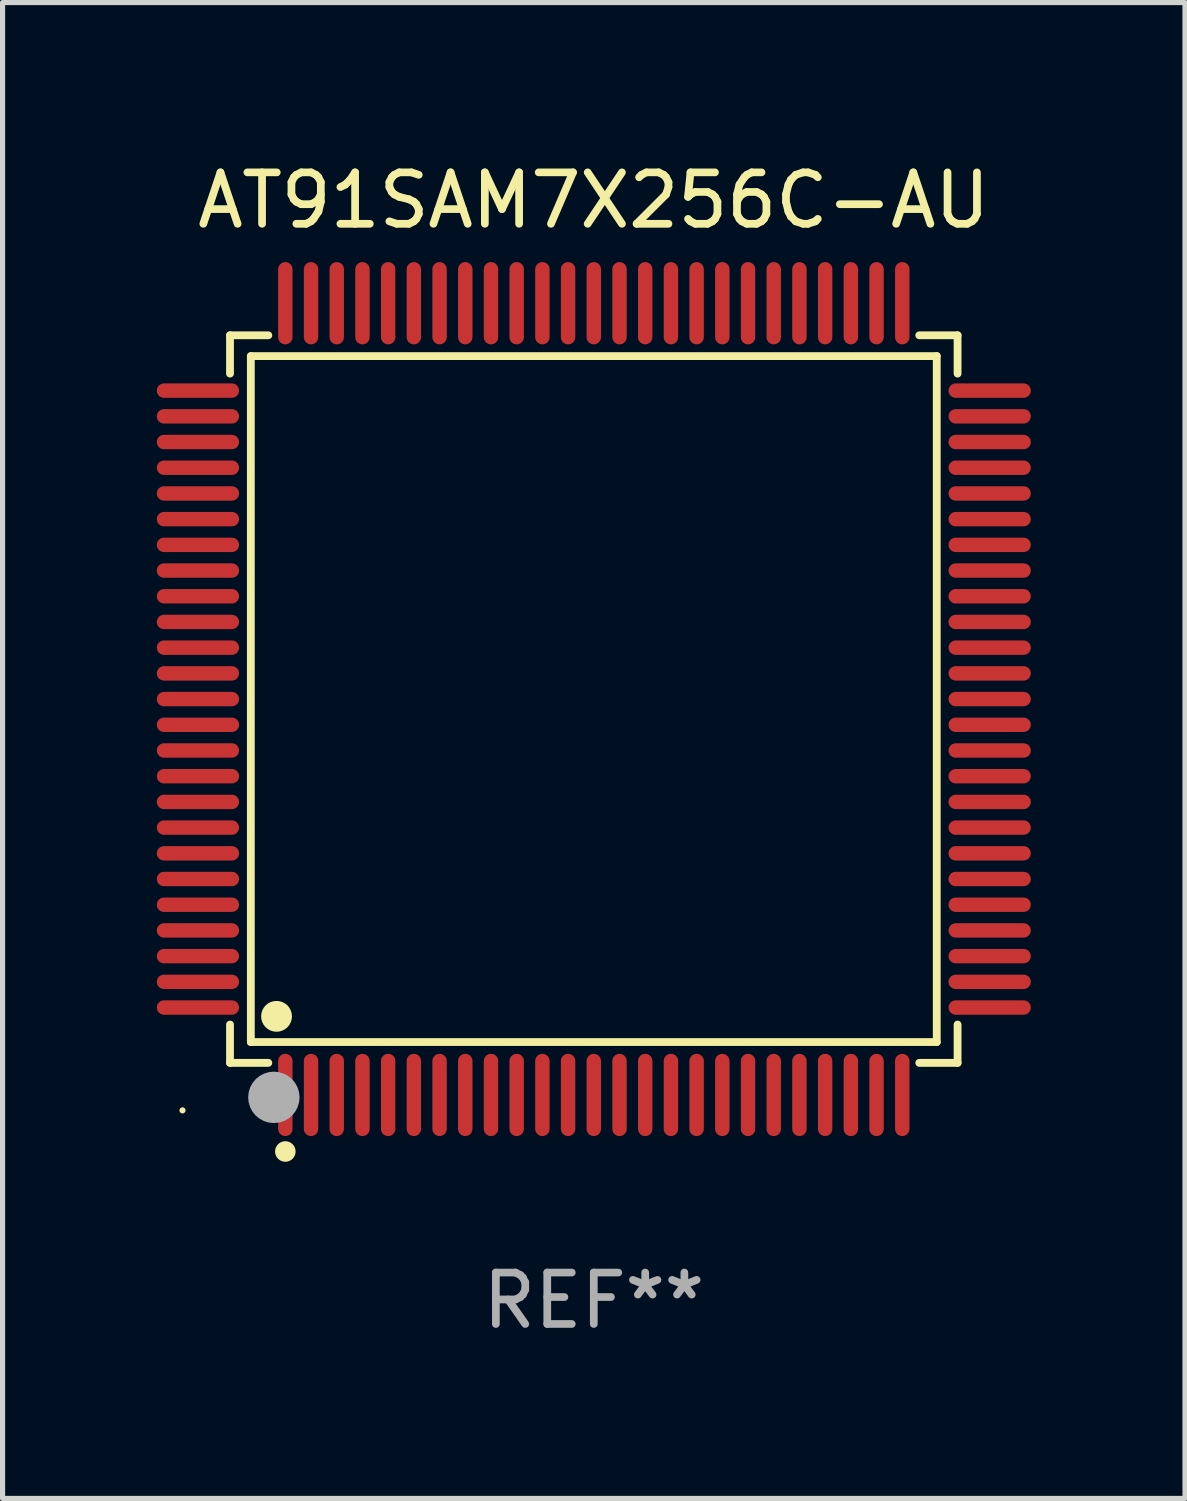
<source format=kicad_pcb>
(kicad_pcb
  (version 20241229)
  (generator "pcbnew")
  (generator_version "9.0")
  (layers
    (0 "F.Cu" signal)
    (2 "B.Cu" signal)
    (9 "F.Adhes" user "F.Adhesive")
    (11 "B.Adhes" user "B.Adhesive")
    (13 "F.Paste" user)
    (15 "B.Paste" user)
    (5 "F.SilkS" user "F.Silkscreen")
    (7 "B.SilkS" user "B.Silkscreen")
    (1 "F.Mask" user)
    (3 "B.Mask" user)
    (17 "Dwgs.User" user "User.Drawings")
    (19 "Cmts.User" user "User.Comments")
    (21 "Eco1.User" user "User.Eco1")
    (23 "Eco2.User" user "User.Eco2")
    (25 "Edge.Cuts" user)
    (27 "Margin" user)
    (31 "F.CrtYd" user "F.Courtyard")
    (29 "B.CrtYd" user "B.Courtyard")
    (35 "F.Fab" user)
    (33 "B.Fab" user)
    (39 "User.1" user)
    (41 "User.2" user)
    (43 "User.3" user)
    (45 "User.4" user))
  (footprint "AT91SAM7X256C-AU"
    (layer "F.Cu")
    (at 8.5 10.548)
    (property "Reference" "AT91SAM7X256C-AU" (at 0 -9.7 0) (layer "F.SilkS") (effects (font (size 1 1) (thickness 0.15))))
    (attr through_hole)
    (fp_line (start -7.076 -7.076) (end -6.331 -7.076) (stroke (width 0.152) (type solid)) (layer "F.SilkS"))
    (fp_line (start -7.076 -6.331) (end -7.076 -7.076) (stroke (width 0.152) (type solid)) (layer "F.SilkS"))
    (fp_line (start -7.076 6.331) (end -7.076 7.076) (stroke (width 0.152) (type solid)) (layer "F.SilkS"))
    (fp_line (start -7.076 7.076) (end -6.331 7.076) (stroke (width 0.152) (type solid)) (layer "F.SilkS"))
    (fp_line (start -6.671 -6.671) (end 6.671 -6.671) (stroke (width 0.152) (type solid)) (layer "F.SilkS"))
    (fp_line (start -6.671 6.671) (end -6.671 -6.671) (stroke (width 0.152) (type solid)) (layer "F.SilkS"))
    (fp_line (start 6.671 -6.671) (end 6.671 6.671) (stroke (width 0.152) (type solid)) (layer "F.SilkS"))
    (fp_line (start 6.671 6.671) (end -6.671 6.671) (stroke (width 0.152) (type solid)) (layer "F.SilkS"))
    (fp_line (start 7.076 -7.076) (end 6.331 -7.076) (stroke (width 0.152) (type solid)) (layer "F.SilkS"))
    (fp_line (start 7.076 -6.331) (end 7.076 -7.076) (stroke (width 0.152) (type solid)) (layer "F.SilkS"))
    (fp_line (start 7.076 6.331) (end 7.076 7.076) (stroke (width 0.152) (type solid)) (layer "F.SilkS"))
    (fp_line (start 7.076 7.076) (end 6.331 7.076) (stroke (width 0.152) (type solid)) (layer "F.SilkS"))
    (fp_circle (center -8 8) (end -7.97 8) (stroke (width 0.06) (type solid)) (fill no) (layer "F.SilkS"))
    (fp_circle (center -6.171 6.171) (end -6.021 6.171) (stroke (width 0.3) (type solid)) (fill no) (layer "F.SilkS"))
    (fp_circle (center -6 8.8) (end -5.9 8.8) (stroke (width 0.2) (type solid)) (fill no) (layer "F.SilkS"))
    (fp_circle (center -6.223 7.747) (end -5.973 7.747) (stroke (width 0.5) (type solid)) (fill no) (layer "F.Fab"))
    (fp_text user "REF**" (at 0 11.7 0) (layer "F.Fab") (effects (font (size 1 1) (thickness 0.15))))
    (pad "1" smd oval (at -6 7.7) (size 0.28 1.6) (layers "F.Cu" "F.Mask" "F.Paste"))
    (pad "2" smd oval (at -5.5 7.7) (size 0.28 1.6) (layers "F.Cu" "F.Mask" "F.Paste"))
    (pad "3" smd oval (at -5 7.7) (size 0.28 1.6) (layers "F.Cu" "F.Mask" "F.Paste"))
    (pad "4" smd oval (at -4.5 7.7) (size 0.28 1.6) (layers "F.Cu" "F.Mask" "F.Paste"))
    (pad "5" smd oval (at -4 7.7) (size 0.28 1.6) (layers "F.Cu" "F.Mask" "F.Paste"))
    (pad "6" smd oval (at -3.5 7.7) (size 0.28 1.6) (layers "F.Cu" "F.Mask" "F.Paste"))
    (pad "7" smd oval (at -3 7.7) (size 0.28 1.6) (layers "F.Cu" "F.Mask" "F.Paste"))
    (pad "8" smd oval (at -2.5 7.7) (size 0.28 1.6) (layers "F.Cu" "F.Mask" "F.Paste"))
    (pad "9" smd oval (at -2 7.7) (size 0.28 1.6) (layers "F.Cu" "F.Mask" "F.Paste"))
    (pad "10" smd oval (at -1.5 7.7) (size 0.28 1.6) (layers "F.Cu" "F.Mask" "F.Paste"))
    (pad "11" smd oval (at -1 7.7) (size 0.28 1.6) (layers "F.Cu" "F.Mask" "F.Paste"))
    (pad "12" smd oval (at -0.5 7.7) (size 0.28 1.6) (layers "F.Cu" "F.Mask" "F.Paste"))
    (pad "13" smd oval (at 0 7.7) (size 0.28 1.6) (layers "F.Cu" "F.Mask" "F.Paste"))
    (pad "14" smd oval (at 0.5 7.7) (size 0.28 1.6) (layers "F.Cu" "F.Mask" "F.Paste"))
    (pad "15" smd oval (at 1 7.7) (size 0.28 1.6) (layers "F.Cu" "F.Mask" "F.Paste"))
    (pad "16" smd oval (at 1.5 7.7) (size 0.28 1.6) (layers "F.Cu" "F.Mask" "F.Paste"))
    (pad "17" smd oval (at 2 7.7) (size 0.28 1.6) (layers "F.Cu" "F.Mask" "F.Paste"))
    (pad "18" smd oval (at 2.5 7.7) (size 0.28 1.6) (layers "F.Cu" "F.Mask" "F.Paste"))
    (pad "19" smd oval (at 3 7.7) (size 0.28 1.6) (layers "F.Cu" "F.Mask" "F.Paste"))
    (pad "20" smd oval (at 3.5 7.7) (size 0.28 1.6) (layers "F.Cu" "F.Mask" "F.Paste"))
    (pad "21" smd oval (at 4 7.7) (size 0.28 1.6) (layers "F.Cu" "F.Mask" "F.Paste"))
    (pad "22" smd oval (at 4.5 7.7) (size 0.28 1.6) (layers "F.Cu" "F.Mask" "F.Paste"))
    (pad "23" smd oval (at 5 7.7) (size 0.28 1.6) (layers "F.Cu" "F.Mask" "F.Paste"))
    (pad "24" smd oval (at 5.5 7.7) (size 0.28 1.6) (layers "F.Cu" "F.Mask" "F.Paste"))
    (pad "25" smd oval (at 6 7.7) (size 0.28 1.6) (layers "F.Cu" "F.Mask" "F.Paste"))
    (pad "26" smd oval (at 7.7 6) (size 1.6 0.28) (layers "F.Cu" "F.Mask" "F.Paste"))
    (pad "27" smd oval (at 7.7 5.5) (size 1.6 0.28) (layers "F.Cu" "F.Mask" "F.Paste"))
    (pad "28" smd oval (at 7.7 5) (size 1.6 0.28) (layers "F.Cu" "F.Mask" "F.Paste"))
    (pad "29" smd oval (at 7.7 4.5) (size 1.6 0.28) (layers "F.Cu" "F.Mask" "F.Paste"))
    (pad "30" smd oval (at 7.7 4) (size 1.6 0.28) (layers "F.Cu" "F.Mask" "F.Paste"))
    (pad "31" smd oval (at 7.7 3.5) (size 1.6 0.28) (layers "F.Cu" "F.Mask" "F.Paste"))
    (pad "32" smd oval (at 7.7 3) (size 1.6 0.28) (layers "F.Cu" "F.Mask" "F.Paste"))
    (pad "33" smd oval (at 7.7 2.5) (size 1.6 0.28) (layers "F.Cu" "F.Mask" "F.Paste"))
    (pad "34" smd oval (at 7.7 2) (size 1.6 0.28) (layers "F.Cu" "F.Mask" "F.Paste"))
    (pad "35" smd oval (at 7.7 1.5) (size 1.6 0.28) (layers "F.Cu" "F.Mask" "F.Paste"))
    (pad "36" smd oval (at 7.7 1) (size 1.6 0.28) (layers "F.Cu" "F.Mask" "F.Paste"))
    (pad "37" smd oval (at 7.7 0.5) (size 1.6 0.28) (layers "F.Cu" "F.Mask" "F.Paste"))
    (pad "38" smd oval (at 7.7 0) (size 1.6 0.28) (layers "F.Cu" "F.Mask" "F.Paste"))
    (pad "39" smd oval (at 7.7 -0.5) (size 1.6 0.28) (layers "F.Cu" "F.Mask" "F.Paste"))
    (pad "40" smd oval (at 7.7 -1) (size 1.6 0.28) (layers "F.Cu" "F.Mask" "F.Paste"))
    (pad "41" smd oval (at 7.7 -1.5) (size 1.6 0.28) (layers "F.Cu" "F.Mask" "F.Paste"))
    (pad "42" smd oval (at 7.7 -2) (size 1.6 0.28) (layers "F.Cu" "F.Mask" "F.Paste"))
    (pad "43" smd oval (at 7.7 -2.5) (size 1.6 0.28) (layers "F.Cu" "F.Mask" "F.Paste"))
    (pad "44" smd oval (at 7.7 -3) (size 1.6 0.28) (layers "F.Cu" "F.Mask" "F.Paste"))
    (pad "45" smd oval (at 7.7 -3.5) (size 1.6 0.28) (layers "F.Cu" "F.Mask" "F.Paste"))
    (pad "46" smd oval (at 7.7 -4) (size 1.6 0.28) (layers "F.Cu" "F.Mask" "F.Paste"))
    (pad "47" smd oval (at 7.7 -4.5) (size 1.6 0.28) (layers "F.Cu" "F.Mask" "F.Paste"))
    (pad "48" smd oval (at 7.7 -5) (size 1.6 0.28) (layers "F.Cu" "F.Mask" "F.Paste"))
    (pad "49" smd oval (at 7.7 -5.5) (size 1.6 0.28) (layers "F.Cu" "F.Mask" "F.Paste"))
    (pad "50" smd oval (at 7.7 -6) (size 1.6 0.28) (layers "F.Cu" "F.Mask" "F.Paste"))
    (pad "51" smd oval (at 6 -7.7) (size 0.28 1.6) (layers "F.Cu" "F.Mask" "F.Paste"))
    (pad "52" smd oval (at 5.5 -7.7) (size 0.28 1.6) (layers "F.Cu" "F.Mask" "F.Paste"))
    (pad "53" smd oval (at 5 -7.7) (size 0.28 1.6) (layers "F.Cu" "F.Mask" "F.Paste"))
    (pad "54" smd oval (at 4.5 -7.7) (size 0.28 1.6) (layers "F.Cu" "F.Mask" "F.Paste"))
    (pad "55" smd oval (at 4 -7.7) (size 0.28 1.6) (layers "F.Cu" "F.Mask" "F.Paste"))
    (pad "56" smd oval (at 3.5 -7.7) (size 0.28 1.6) (layers "F.Cu" "F.Mask" "F.Paste"))
    (pad "57" smd oval (at 3 -7.7) (size 0.28 1.6) (layers "F.Cu" "F.Mask" "F.Paste"))
    (pad "58" smd oval (at 2.5 -7.7) (size 0.28 1.6) (layers "F.Cu" "F.Mask" "F.Paste"))
    (pad "59" smd oval (at 2 -7.7) (size 0.28 1.6) (layers "F.Cu" "F.Mask" "F.Paste"))
    (pad "60" smd oval (at 1.5 -7.7) (size 0.28 1.6) (layers "F.Cu" "F.Mask" "F.Paste"))
    (pad "61" smd oval (at 1 -7.7) (size 0.28 1.6) (layers "F.Cu" "F.Mask" "F.Paste"))
    (pad "62" smd oval (at 0.5 -7.7) (size 0.28 1.6) (layers "F.Cu" "F.Mask" "F.Paste"))
    (pad "63" smd oval (at 0 -7.7) (size 0.28 1.6) (layers "F.Cu" "F.Mask" "F.Paste"))
    (pad "64" smd oval (at -0.5 -7.7) (size 0.28 1.6) (layers "F.Cu" "F.Mask" "F.Paste"))
    (pad "65" smd oval (at -1 -7.7) (size 0.28 1.6) (layers "F.Cu" "F.Mask" "F.Paste"))
    (pad "66" smd oval (at -1.5 -7.7) (size 0.28 1.6) (layers "F.Cu" "F.Mask" "F.Paste"))
    (pad "67" smd oval (at -2 -7.7) (size 0.28 1.6) (layers "F.Cu" "F.Mask" "F.Paste"))
    (pad "68" smd oval (at -2.5 -7.7) (size 0.28 1.6) (layers "F.Cu" "F.Mask" "F.Paste"))
    (pad "69" smd oval (at -3 -7.7) (size 0.28 1.6) (layers "F.Cu" "F.Mask" "F.Paste"))
    (pad "70" smd oval (at -3.5 -7.7) (size 0.28 1.6) (layers "F.Cu" "F.Mask" "F.Paste"))
    (pad "71" smd oval (at -4 -7.7) (size 0.28 1.6) (layers "F.Cu" "F.Mask" "F.Paste"))
    (pad "72" smd oval (at -4.5 -7.7) (size 0.28 1.6) (layers "F.Cu" "F.Mask" "F.Paste"))
    (pad "73" smd oval (at -5 -7.7) (size 0.28 1.6) (layers "F.Cu" "F.Mask" "F.Paste"))
    (pad "74" smd oval (at -5.5 -7.7) (size 0.28 1.6) (layers "F.Cu" "F.Mask" "F.Paste"))
    (pad "75" smd oval (at -6 -7.7) (size 0.28 1.6) (layers "F.Cu" "F.Mask" "F.Paste"))
    (pad "76" smd oval (at -7.7 -6) (size 1.6 0.28) (layers "F.Cu" "F.Mask" "F.Paste"))
    (pad "77" smd oval (at -7.7 -5.5) (size 1.6 0.28) (layers "F.Cu" "F.Mask" "F.Paste"))
    (pad "78" smd oval (at -7.7 -5) (size 1.6 0.28) (layers "F.Cu" "F.Mask" "F.Paste"))
    (pad "79" smd oval (at -7.7 -4.5) (size 1.6 0.28) (layers "F.Cu" "F.Mask" "F.Paste"))
    (pad "80" smd oval (at -7.7 -4) (size 1.6 0.28) (layers "F.Cu" "F.Mask" "F.Paste"))
    (pad "81" smd oval (at -7.7 -3.5) (size 1.6 0.28) (layers "F.Cu" "F.Mask" "F.Paste"))
    (pad "82" smd oval (at -7.7 -3) (size 1.6 0.28) (layers "F.Cu" "F.Mask" "F.Paste"))
    (pad "83" smd oval (at -7.7 -2.5) (size 1.6 0.28) (layers "F.Cu" "F.Mask" "F.Paste"))
    (pad "84" smd oval (at -7.7 -2) (size 1.6 0.28) (layers "F.Cu" "F.Mask" "F.Paste"))
    (pad "85" smd oval (at -7.7 -1.5) (size 1.6 0.28) (layers "F.Cu" "F.Mask" "F.Paste"))
    (pad "86" smd oval (at -7.7 -1) (size 1.6 0.28) (layers "F.Cu" "F.Mask" "F.Paste"))
    (pad "87" smd oval (at -7.7 -0.5) (size 1.6 0.28) (layers "F.Cu" "F.Mask" "F.Paste"))
    (pad "88" smd oval (at -7.7 0) (size 1.6 0.28) (layers "F.Cu" "F.Mask" "F.Paste"))
    (pad "89" smd oval (at -7.7 0.5) (size 1.6 0.28) (layers "F.Cu" "F.Mask" "F.Paste"))
    (pad "90" smd oval (at -7.7 1) (size 1.6 0.28) (layers "F.Cu" "F.Mask" "F.Paste"))
    (pad "91" smd oval (at -7.7 1.5) (size 1.6 0.28) (layers "F.Cu" "F.Mask" "F.Paste"))
    (pad "92" smd oval (at -7.7 2) (size 1.6 0.28) (layers "F.Cu" "F.Mask" "F.Paste"))
    (pad "93" smd oval (at -7.7 2.5) (size 1.6 0.28) (layers "F.Cu" "F.Mask" "F.Paste"))
    (pad "94" smd oval (at -7.7 3) (size 1.6 0.28) (layers "F.Cu" "F.Mask" "F.Paste"))
    (pad "95" smd oval (at -7.7 3.5) (size 1.6 0.28) (layers "F.Cu" "F.Mask" "F.Paste"))
    (pad "96" smd oval (at -7.7 4) (size 1.6 0.28) (layers "F.Cu" "F.Mask" "F.Paste"))
    (pad "97" smd oval (at -7.7 4.5) (size 1.6 0.28) (layers "F.Cu" "F.Mask" "F.Paste"))
    (pad "98" smd oval (at -7.7 5) (size 1.6 0.28) (layers "F.Cu" "F.Mask" "F.Paste"))
    (pad "99" smd oval (at -7.7 5.5) (size 1.6 0.28) (layers "F.Cu" "F.Mask" "F.Paste"))
    (pad "100" smd oval (at -7.7 6) (size 1.6 0.28) (layers "F.Cu" "F.Mask" "F.Paste")))
  (gr_rect
    (start -3 -3)
    (end 20 26.097)
    (stroke (width 0.1) (type default))
    (fill no)
    (layer "Edge.Cuts")))
</source>
